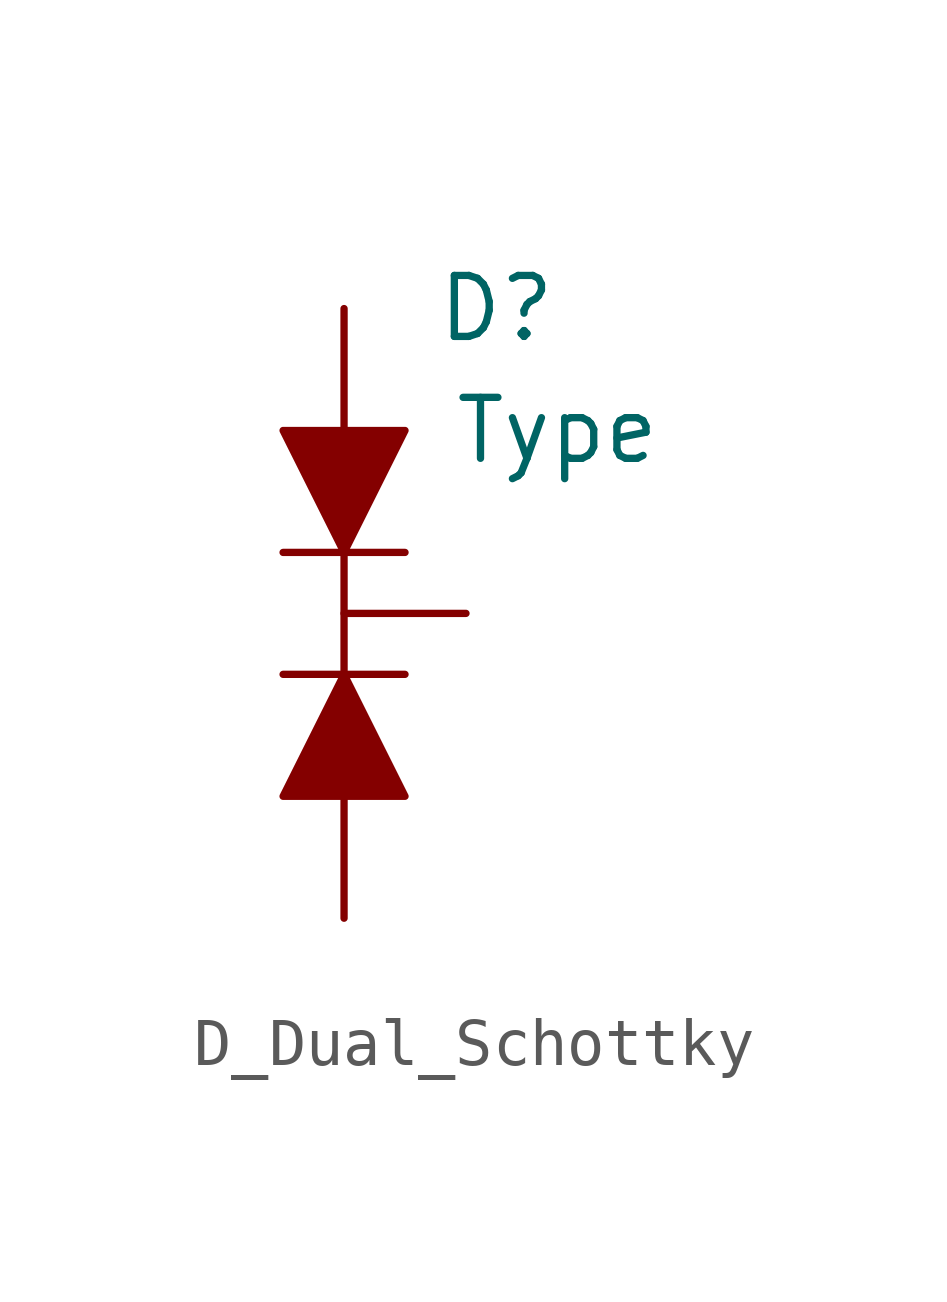
<source format=kicad_sym>
(kicad_symbol_lib
  (version 20220914)
  (generator kicad_symbol_editor)
  (symbol "D_Dual_Schottky"
    (pin_numbers hide)
    (property "Reference" "D"
      (at 3.175 0 0)
      (effects (font (size 1.27 1.27))))
    (property "Value" "Type"
      (at 4.445 -2.54 0)
      (effects (font (size 1.27 1.27))))
    (symbol "D_Dual_Schottky_0_1"
      (polyline (pts (xy 0 -5.08) (xy 0 -7.62)) (stroke (width 0) (type default)) (fill (type none)))
      (polyline (pts (xy -1.27 -5.08) (xy 1.27 -5.08) (xy -1.27 -5.08)) (stroke (width 0) (type default)) (fill (type none)))
      (polyline (pts (xy 1.27 -7.62) (xy -1.27 -7.62) (xy 1.27 -7.62)) (stroke (width 0) (type default)) (fill (type none)))
      (polyline (pts (xy -1.27 -2.54) (xy 1.27 -2.54) (xy 0 -5.08) (xy -1.27 -2.54)) (stroke (width 0) (type default)) (fill (type outline)))
      (polyline (pts (xy 1.27 -10.16) (xy -1.27 -10.16) (xy 0 -7.62) (xy 1.27 -10.16)) (stroke (width 0) (type default)) (fill (type outline))))
    (symbol "D_Dual_Schottky_1_1"
      (pin passive line (at 0 0 270) (length 2.54) (name "" (effects (font (size 1.27 1.27)))) (number "1" (effects (font (size 1.27 1.27)))))
      (pin passive line (at 0 -12.7 90) (length 2.54) (name "" (effects (font (size 1.27 1.27)))) (number "2" (effects (font (size 1.27 1.27)))))
      (pin passive line (at 2.54 -6.35 180) (length 2.54) (name "" (effects (font (size 1.27 1.27)))) (number "3" (effects (font (size 1.27 1.27))))))))
</source>
